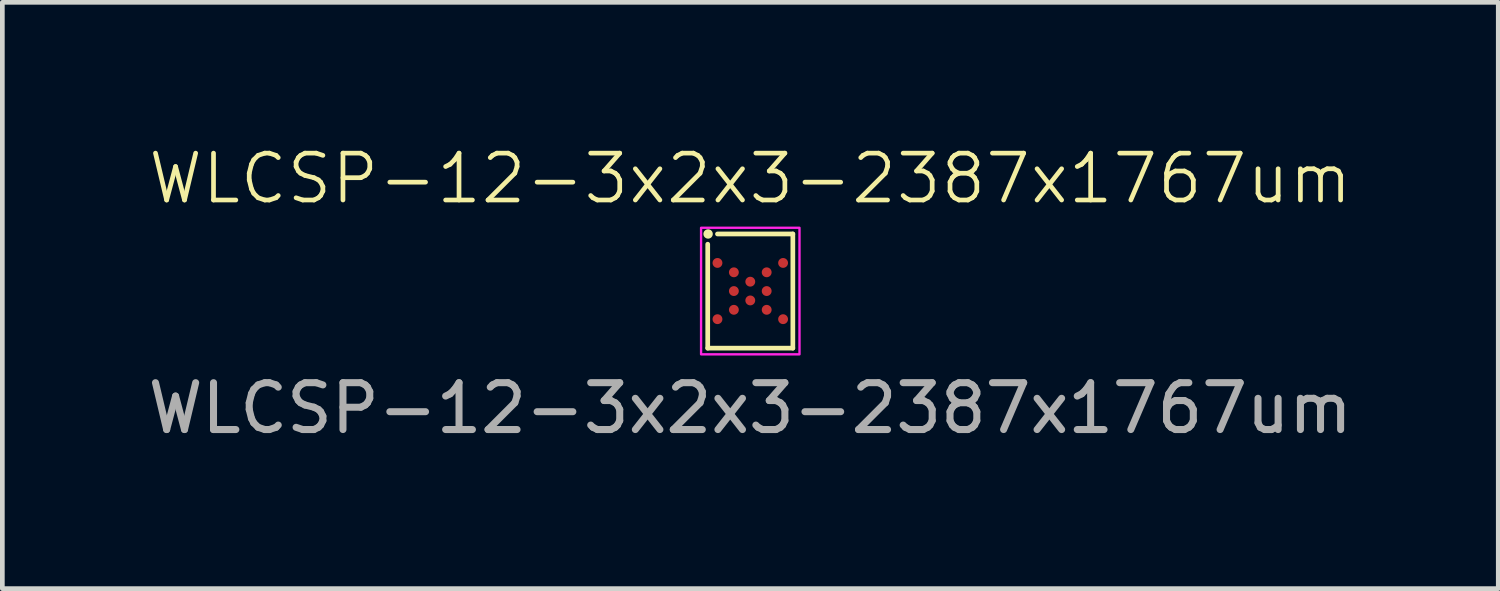
<source format=kicad_pcb>
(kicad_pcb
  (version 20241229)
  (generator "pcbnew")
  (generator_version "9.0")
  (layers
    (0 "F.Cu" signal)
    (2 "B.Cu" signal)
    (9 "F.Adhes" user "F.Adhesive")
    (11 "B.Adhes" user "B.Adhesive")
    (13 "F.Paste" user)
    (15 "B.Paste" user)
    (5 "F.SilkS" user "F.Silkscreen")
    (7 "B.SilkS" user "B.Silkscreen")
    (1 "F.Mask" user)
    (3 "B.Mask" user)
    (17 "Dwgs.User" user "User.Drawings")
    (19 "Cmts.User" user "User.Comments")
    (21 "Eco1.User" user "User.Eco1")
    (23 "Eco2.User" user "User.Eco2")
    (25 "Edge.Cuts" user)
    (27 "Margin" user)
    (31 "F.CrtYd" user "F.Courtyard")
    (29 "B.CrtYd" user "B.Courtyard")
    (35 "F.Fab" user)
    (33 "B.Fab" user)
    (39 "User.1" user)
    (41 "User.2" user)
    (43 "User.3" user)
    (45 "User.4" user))
  (footprint "WLCSP-12-3x2x3-2387x1767um"
    (layer "F.Cu")
    (at 12.958 3.16)
    (property "Reference" "WLCSP-12-3x2x3-2387x1767um" (at 0 -2.4 0) (unlocked yes) (layer "F.SilkS") (effects (font (size 1 1) (thickness 0.1))))
    (attr smd)
    (fp_line (start -0.908 1.218) (end -0.908 -1) (stroke (width 0.1) (type default)) (layer "F.SilkS"))
    (fp_line (start -0.7 -1.218) (end 0.908 -1.218) (stroke (width 0.1) (type default)) (layer "F.SilkS"))
    (fp_line (start 0.908 -1.218) (end 0.908 1.218) (stroke (width 0.1) (type default)) (layer "F.SilkS"))
    (fp_line (start 0.908 1.218) (end -0.908 1.218) (stroke (width 0.1) (type default)) (layer "F.SilkS"))
    (fp_circle (center -0.9 -1.218) (end -0.8 -1.218) (stroke (width 0) (type solid)) (fill yes) (layer "F.SilkS"))
    (fp_rect (start -1.05 -1.35) (end 1.05 1.35) (stroke (width 0.05) (type default)) (fill no) (layer "F.CrtYd"))
    (fp_text user "${REFERENCE}" (at 0 2.5 0) (unlocked yes) (layer "F.Fab") (effects (font (size 1 1) (thickness 0.15))))
    (pad "A1" smd circle (at -0.7 -0.6 180) (size 0.21 0.21) (layers "F.Cu" "F.Mask" "F.Paste"))
    (pad "A5" smd circle (at 0.7 -0.6 180) (size 0.21 0.21) (layers "F.Cu" "F.Mask" "F.Paste"))
    (pad "B2" smd circle (at -0.35 -0.4 180) (size 0.21 0.21) (layers "F.Cu" "F.Mask" "F.Paste"))
    (pad "B4" smd circle (at 0.35 -0.4 180) (size 0.21 0.21) (layers "F.Cu" "F.Mask" "F.Paste"))
    (pad "C3" smd circle (at 0 -0.2 180) (size 0.21 0.21) (layers "F.Cu" "F.Mask" "F.Paste"))
    (pad "D2" smd circle (at -0.35 0 180) (size 0.21 0.21) (layers "F.Cu" "F.Mask" "F.Paste"))
    (pad "D4" smd circle (at 0.35 0 180) (size 0.21 0.21) (layers "F.Cu" "F.Mask" "F.Paste"))
    (pad "E3" smd circle (at 0 0.2 180) (size 0.21 0.21) (layers "F.Cu" "F.Mask" "F.Paste"))
    (pad "F2" smd circle (at -0.35 0.4 180) (size 0.21 0.21) (layers "F.Cu" "F.Mask" "F.Paste"))
    (pad "F4" smd circle (at 0.35 0.4 180) (size 0.21 0.21) (layers "F.Cu" "F.Mask" "F.Paste"))
    (pad "G1" smd circle (at -0.7 0.6 180) (size 0.21 0.21) (layers "F.Cu" "F.Mask" "F.Paste"))
    (pad "G5" smd circle (at 0.7 0.6 180) (size 0.21 0.21) (layers "F.Cu" "F.Mask" "F.Paste")))
  (gr_rect
    (start -3 -3)
    (end 28.917 9.509)
    (stroke (width 0.1) (type default))
    (fill no)
    (layer "Edge.Cuts")))
</source>
